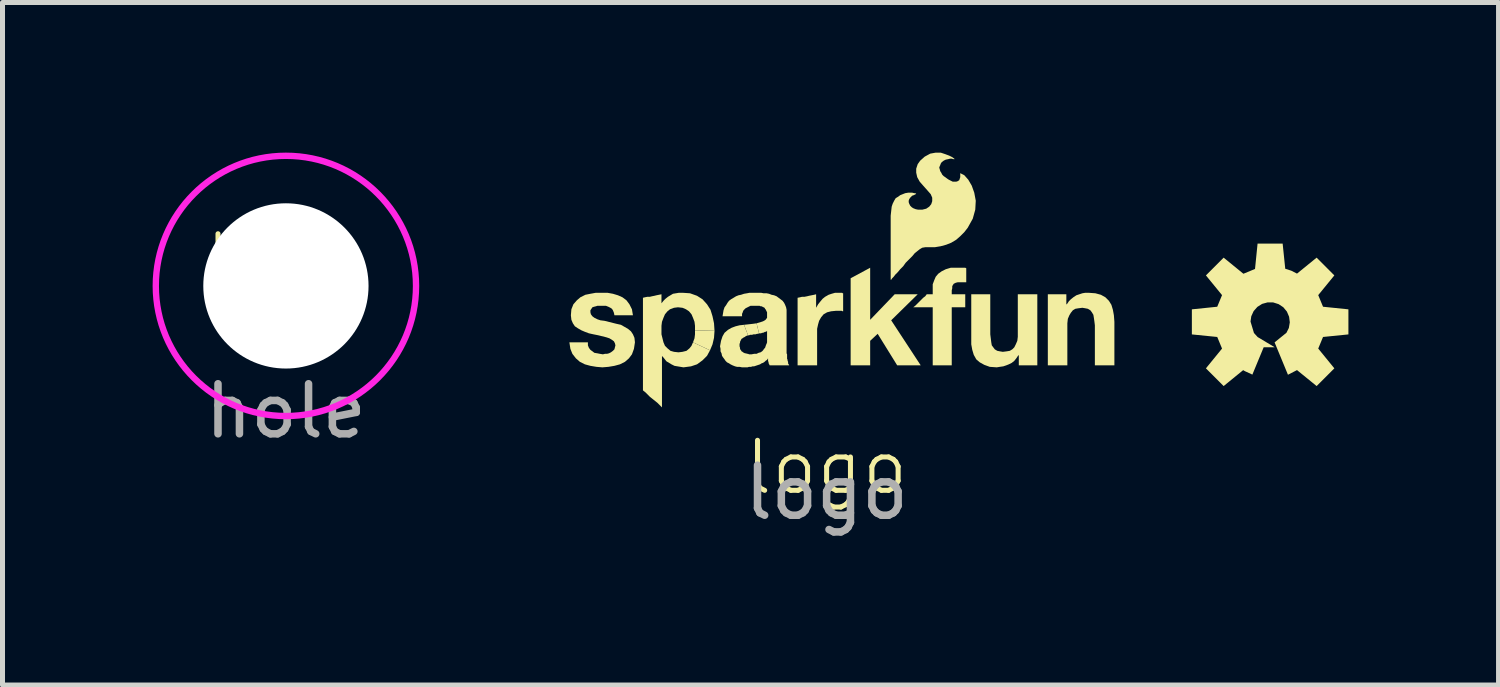
<source format=kicad_pcb>
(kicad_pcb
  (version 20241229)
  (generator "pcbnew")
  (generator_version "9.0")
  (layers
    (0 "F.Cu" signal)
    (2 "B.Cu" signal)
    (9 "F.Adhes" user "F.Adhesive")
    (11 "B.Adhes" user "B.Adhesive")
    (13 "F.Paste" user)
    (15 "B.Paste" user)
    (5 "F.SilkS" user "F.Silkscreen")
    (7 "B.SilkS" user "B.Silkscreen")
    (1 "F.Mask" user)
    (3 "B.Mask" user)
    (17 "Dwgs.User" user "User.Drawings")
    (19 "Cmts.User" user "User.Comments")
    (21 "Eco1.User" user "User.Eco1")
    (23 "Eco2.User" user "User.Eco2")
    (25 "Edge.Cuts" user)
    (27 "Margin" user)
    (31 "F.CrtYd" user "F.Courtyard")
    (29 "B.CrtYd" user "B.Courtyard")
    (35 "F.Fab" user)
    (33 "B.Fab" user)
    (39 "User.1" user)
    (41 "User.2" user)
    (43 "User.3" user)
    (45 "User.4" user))
  (footprint "hole"
    (layer "F.Cu")
    (at 2.663 2.663)
    (property "Reference" "hole" (at 0 -0.5 0) (unlocked yes) (layer "F.SilkS") (effects (font (size 1 1) (thickness 0.1))))
    (attr smd)
    (fp_circle (center 0 0) (end 2.6 0) (stroke (width 0.127) (type default)) (fill no) (layer "F.CrtYd"))
    (fp_text user "${REFERENCE}" (at 0 2.5 0) (unlocked yes) (layer "F.Fab") (effects (font (size 1 1) (thickness 0.15))))
    (pad "" np_thru_hole circle (at 0 0 90) (size 3.302 3.302) (drill 3.302) (layers "*.Cu" "*.Mask")))
  (footprint "logo"
    (layer "F.Cu")
    (at 13.467 4.29)
    (property "Reference" "logo" (at 0 2 0) (unlocked yes) (layer "F.SilkS") (effects (font (size 1 1) (thickness 0.1))))
    (attr smd)
    (fp_poly (pts (xy -2.24 -0.73) (xy -2.25 -0.59) (xy -2.28 -0.46) (xy -2.33 -0.34) (xy -2.67 -0.5) (xy -2.64 -0.58) (xy -2.63 -0.66) (xy -2.63 -0.74)) (stroke (width 0) (type default)) (fill yes) (layer "F.SilkS"))
    (fp_poly (pts (xy -1.35 -0.68) (xy -1.37 -0.67) (xy -1.39 -0.67) (xy -1.42 -0.66) (xy -1.46 -0.66) (xy -1.49 -0.65) (xy -1.53 -0.65) (xy -1.55 -0.64) (xy -1.57 -0.64) (xy -1.65 -0.85) (xy -1.47 -0.87) (xy -1.4 -0.88)) (stroke (width 0) (type default)) (fill yes) (layer "F.SilkS"))
    (fp_poly (pts (xy 0.87 -0.95) (xy 1.36 -1.46) (xy 1.82 -1.46) (xy 1.29 -0.94) (xy 1.88 -0.04) (xy 1.41 -0.04) (xy 1.02 -0.67) (xy 0.87 -0.53) (xy 0.87 -0.04) (xy 0.48 -0.04) (xy 0.48 -1.78) (xy 0.87 -1.99)) (stroke (width 0) (type default)) (fill yes) (layer "F.SilkS"))
    (fp_poly (pts (xy 2.79 -1.98) (xy 2.79 -1.7) (xy 2.62 -1.7) (xy 2.58 -1.69) (xy 2.54 -1.67) (xy 2.52 -1.64) (xy 2.51 -1.62) (xy 2.51 -1.58) (xy 2.5 -1.54) (xy 2.5 -1.46) (xy 2.77 -1.46) (xy 2.77 -1.2) (xy 2.5 -1.2) (xy 2.5 -0.04) (xy 2.12 -0.04) (xy 2.12 -1.2) (xy 1.73 -1.2) (xy 1.77 -1.23) (xy 1.93 -1.39) (xy 1.97 -1.42) (xy 2 -1.46) (xy 2.12 -1.46) (xy 2.12 -1.66) (xy 2.15 -1.74) (xy 2.18 -1.81) (xy 2.23 -1.87) (xy 2.3 -1.92) (xy 2.38 -1.96) (xy 2.48 -1.99) (xy 2.77 -1.99)) (stroke (width 0) (type default)) (fill yes) (layer "F.SilkS"))
    (fp_poly (pts (xy 0.32 -1.48) (xy 0.33 -1.48) (xy 0.33 -1.12) (xy 0.32 -1.12) (xy 0.3 -1.13) (xy 0.19 -1.13) (xy 0.09 -1.12) (xy 0.01 -1.1) (xy -0.06 -1.06) (xy -0.11 -1) (xy -0.15 -0.93) (xy -0.17 -0.86) (xy -0.19 -0.77) (xy -0.19 -0.04) (xy -0.58 -0.04) (xy -0.58 -1.39) (xy -0.53 -1.4) (xy -0.49 -1.41) (xy -0.44 -1.41) (xy -0.39 -1.42) (xy -0.35 -1.43) (xy -0.25 -1.45) (xy -0.21 -1.46) (xy -0.21 -1.19) (xy -0.17 -1.26) (xy -0.13 -1.31) (xy -0.08 -1.37) (xy -0.03 -1.41) (xy 0.04 -1.45) (xy 0.1 -1.47) (xy 0.17 -1.49) (xy 0.31 -1.49)) (stroke (width 0) (type default)) (fill yes) (layer "F.SilkS"))
    (fp_poly (pts (xy 3.27 -0.66) (xy 3.29 -0.5) (xy 3.3 -0.44) (xy 3.36 -0.36) (xy 3.41 -0.33) (xy 3.46 -0.32) (xy 3.52 -0.31) (xy 3.6 -0.32) (xy 3.66 -0.33) (xy 3.71 -0.36) (xy 3.75 -0.4) (xy 3.78 -0.46) (xy 3.81 -0.53) (xy 3.82 -0.61) (xy 3.82 -1.46) (xy 4.21 -1.46) (xy 4.21 -0.04) (xy 3.84 -0.04) (xy 3.84 -0.24) (xy 3.83 -0.24) (xy 3.79 -0.18) (xy 3.75 -0.13) (xy 3.7 -0.09) (xy 3.64 -0.06) (xy 3.59 -0.04) (xy 3.53 -0.02) (xy 3.46 -0.01) (xy 3.4 0) (xy 3.26 -0.01) (xy 3.15 -0.05) (xy 3.06 -0.1) (xy 2.99 -0.16) (xy 2.94 -0.25) (xy 2.91 -0.35) (xy 2.89 -0.46) (xy 2.89 -1.46) (xy 3.27 -1.46)) (stroke (width 0) (type default)) (fill yes) (layer "F.SilkS"))
    (fp_poly (pts (xy 5.37 -1.48) (xy 5.48 -1.45) (xy 5.57 -1.4) (xy 5.64 -1.33) (xy 5.69 -1.25) (xy 5.72 -1.15) (xy 5.74 -1.04) (xy 5.75 -0.91) (xy 5.75 -0.04) (xy 5.36 -0.04) (xy 5.36 -0.84) (xy 5.35 -0.92) (xy 5.34 -0.99) (xy 5.33 -1.05) (xy 5.3 -1.1) (xy 5.27 -1.14) (xy 5.22 -1.17) (xy 5.17 -1.18) (xy 5.11 -1.19) (xy 5.03 -1.18) (xy 4.97 -1.17) (xy 4.92 -1.14) (xy 4.88 -1.09) (xy 4.85 -1.04) (xy 4.82 -0.97) (xy 4.81 -0.88) (xy 4.81 -0.04) (xy 4.42 -0.04) (xy 4.42 -1.46) (xy 4.79 -1.46) (xy 4.79 -1.26) (xy 4.8 -1.26) (xy 4.84 -1.32) (xy 4.88 -1.36) (xy 4.93 -1.4) (xy 4.99 -1.44) (xy 5.11 -1.48) (xy 5.17 -1.49) (xy 5.23 -1.49)) (stroke (width 0) (type default)) (fill yes) (layer "F.SilkS"))
    (fp_poly (pts (xy 9.164 -1.97) (xy 9.285 -1.931) (xy 9.399 -1.873) (xy 9.791 -2.192) (xy 10.145 -1.837) (xy 9.823 -1.443) (xy 9.919 -1.211) (xy 10.426 -1.159) (xy 10.426 -0.658) (xy 9.919 -0.607) (xy 9.823 -0.375) (xy 10.145 0.02) (xy 9.791 0.374) (xy 9.399 0.055) (xy 9.218 0.148) (xy 8.951 -0.499) (xy 9.188 -0.691) (xy 9.236 -0.787) (xy 9.255 -0.899) (xy 9.241 -1.011) (xy 9.197 -1.114) (xy 9.125 -1.201) (xy 9.031 -1.263) (xy 8.923 -1.297) (xy 8.811 -1.298) (xy 8.702 -1.268) (xy 8.607 -1.208) (xy 8.532 -1.123) (xy 8.485 -1.02) (xy 8.47 -0.915) (xy 8.539 -0.686) (xy 8.613 -0.605) (xy 8.954 -0.401) (xy 8.733 -0.401) (xy 8.507 0.145) (xy 8.355 0.075) (xy 8.323 0.056) (xy 7.933 0.374) (xy 7.579 0.02) (xy 7.901 -0.375) (xy 7.805 -0.607) (xy 7.298 -0.658) (xy 7.298 -1.159) (xy 7.805 -1.211) (xy 7.901 -1.443) (xy 7.579 -1.837) (xy 7.933 -2.192) (xy 8.328 -1.87) (xy 8.56 -1.966) (xy 8.611 -2.473) (xy 9.112 -2.473)) (stroke (width 0) (type default)) (fill yes) (layer "F.SilkS"))
    (fp_poly (pts (xy -2.73 -1.48) (xy -2.59 -1.43) (xy -2.48 -1.36) (xy -2.39 -1.26) (xy -2.32 -1.15) (xy -2.28 -1.02) (xy -2.25 -0.88) (xy -2.24 -0.73) (xy -2.63 -0.74) (xy -2.63 -0.83) (xy -2.64 -0.91) (xy -2.67 -0.99) (xy -2.7 -1.06) (xy -2.75 -1.12) (xy -2.81 -1.16) (xy -2.88 -1.19) (xy -2.97 -1.2) (xy -3.05 -1.19) (xy -3.13 -1.16) (xy -3.18 -1.12) (xy -3.23 -1.06) (xy -3.26 -0.99) (xy -3.29 -0.91) (xy -3.3 -0.83) (xy -3.3 -0.66) (xy -3.26 -0.5) (xy -3.23 -0.43) (xy -3.18 -0.38) (xy -3.12 -0.33) (xy -3.05 -0.31) (xy -2.96 -0.3) (xy -2.88 -0.31) (xy -2.8 -0.33) (xy -2.74 -0.38) (xy -2.7 -0.43) (xy -2.67 -0.5) (xy -2.33 -0.34) (xy -2.39 -0.23) (xy -2.48 -0.14) (xy -2.59 -0.06) (xy -2.71 -0.02) (xy -2.86 0) (xy -3.04 -0.03) (xy -3.1 -0.06) (xy -3.2 -0.12) (xy -3.28 -0.22) (xy -3.29 -0.22) (xy -3.29 0.8) (xy -3.38 0.71) (xy -3.53 0.59) (xy -3.62 0.5) (xy -3.67 0.46) (xy -3.67 -1.39) (xy -3.63 -1.4) (xy -3.58 -1.41) (xy -3.53 -1.41) (xy -3.49 -1.42) (xy -3.44 -1.43) (xy -3.4 -1.44) (xy -3.3 -1.46) (xy -3.3 -1.28) (xy -3.26 -1.33) (xy -3.22 -1.37) (xy -3.17 -1.41) (xy -3.07 -1.47) (xy -2.95 -1.49) (xy -2.88 -1.49)) (stroke (width 0) (type default)) (fill yes) (layer "F.SilkS"))
    (fp_poly (pts (xy -4.27 -1.47) (xy -4.17 -1.44) (xy -4.08 -1.4) (xy -4 -1.34) (xy -3.94 -1.26) (xy -3.89 -1.16) (xy -3.87 -1.04) (xy -4.24 -1.04) (xy -4.25 -1.09) (xy -4.27 -1.14) (xy -4.29 -1.17) (xy -4.32 -1.19) (xy -4.36 -1.21) (xy -4.41 -1.23) (xy -4.58 -1.23) (xy -4.61 -1.22) (xy -4.65 -1.21) (xy -4.68 -1.2) (xy -4.72 -1.14) (xy -4.72 -1.1) (xy -4.71 -1.06) (xy -4.68 -1.02) (xy -4.64 -0.99) (xy -4.58 -0.96) (xy -4.52 -0.94) (xy -4.44 -0.93) (xy -4.2 -0.87) (xy -4.11 -0.85) (xy -3.97 -0.77) (xy -3.91 -0.72) (xy -3.87 -0.66) (xy -3.84 -0.59) (xy -3.83 -0.5) (xy -3.85 -0.37) (xy -3.89 -0.26) (xy -3.95 -0.18) (xy -4.03 -0.11) (xy -4.13 -0.06) (xy -4.24 -0.03) (xy -4.36 -0.01) (xy -4.48 0) (xy -4.6 -0.01) (xy -4.72 -0.03) (xy -4.83 -0.06) (xy -4.93 -0.11) (xy -5.01 -0.18) (xy -5.08 -0.27) (xy -5.12 -0.37) (xy -5.14 -0.5) (xy -4.77 -0.5) (xy -4.77 -0.44) (xy -4.75 -0.39) (xy -4.72 -0.35) (xy -4.64 -0.29) (xy -4.58 -0.28) (xy -4.53 -0.27) (xy -4.47 -0.26) (xy -4.43 -0.27) (xy -4.39 -0.27) (xy -4.35 -0.28) (xy -4.31 -0.3) (xy -4.27 -0.33) (xy -4.24 -0.36) (xy -4.22 -0.44) (xy -4.23 -0.48) (xy -4.25 -0.52) (xy -4.29 -0.55) (xy -4.34 -0.58) (xy -4.4 -0.6) (xy -4.56 -0.64) (xy -4.66 -0.66) (xy -4.75 -0.68) (xy -4.83 -0.71) (xy -4.9 -0.74) (xy -4.97 -0.78) (xy -5.03 -0.82) (xy -5.07 -0.88) (xy -5.1 -0.95) (xy -5.11 -1.04) (xy -5.1 -1.16) (xy -5.06 -1.26) (xy -4.99 -1.34) (xy -4.92 -1.4) (xy -4.82 -1.45) (xy -4.72 -1.47) (xy -4.61 -1.49) (xy -4.38 -1.49)) (stroke (width 0) (type default)) (fill yes) (layer "F.SilkS"))
    (fp_poly (pts (xy 2.37 -4.26) (xy 2.45 -4.23) (xy 2.51 -4.2) (xy 2.55 -4.17) (xy 2.56 -4.16) (xy 2.53 -4.16) (xy 2.5 -4.17) (xy 2.47 -4.17) (xy 2.43 -4.16) (xy 2.38 -4.15) (xy 2.34 -4.13) (xy 2.3 -4.1) (xy 2.28 -4.07) (xy 2.27 -4.04) (xy 2.26 -4.02) (xy 2.25 -3.99) (xy 2.26 -3.96) (xy 2.27 -3.92) (xy 2.29 -3.89) (xy 2.31 -3.85) (xy 2.34 -3.82) (xy 2.37 -3.8) (xy 2.41 -3.77) (xy 2.44 -3.75) (xy 2.52 -3.71) (xy 2.59 -3.71) (xy 2.62 -3.72) (xy 2.65 -3.74) (xy 2.67 -3.8) (xy 2.67 -3.88) (xy 2.75 -3.84) (xy 2.83 -3.75) (xy 2.9 -3.63) (xy 2.95 -3.49) (xy 2.98 -3.33) (xy 2.97 -3.15) (xy 2.92 -2.97) (xy 2.82 -2.79) (xy 2.75 -2.7) (xy 2.67 -2.62) (xy 2.59 -2.55) (xy 2.49 -2.49) (xy 2.39 -2.45) (xy 2.28 -2.42) (xy 2.16 -2.4) (xy 1.97 -2.4) (xy 1.91 -2.39) (xy 1.86 -2.36) (xy 1.76 -2.28) (xy 1.71 -2.22) (xy 1.58 -2.09) (xy 1.53 -2.02) (xy 1.47 -1.96) (xy 1.42 -1.9) (xy 1.37 -1.85) (xy 1.34 -1.81) (xy 1.31 -1.78) (xy 1.29 -1.75) (xy 1.28 -1.75) (xy 1.28 -3.03) (xy 1.3 -3.21) (xy 1.32 -3.27) (xy 1.35 -3.33) (xy 1.38 -3.38) (xy 1.43 -3.41) (xy 1.47 -3.44) (xy 1.57 -3.48) (xy 1.63 -3.49) (xy 1.71 -3.49) (xy 1.75 -3.48) (xy 1.77 -3.48) (xy 1.79 -3.47) (xy 1.78 -3.46) (xy 1.74 -3.44) (xy 1.71 -3.43) (xy 1.67 -3.39) (xy 1.65 -3.36) (xy 1.64 -3.33) (xy 1.64 -3.3) (xy 1.65 -3.27) (xy 1.67 -3.23) (xy 1.7 -3.2) (xy 1.73 -3.18) (xy 1.78 -3.16) (xy 1.83 -3.15) (xy 1.91 -3.15) (xy 1.99 -3.17) (xy 2.05 -3.21) (xy 2.09 -3.26) (xy 2.11 -3.32) (xy 2.11 -3.39) (xy 2.08 -3.46) (xy 2.01 -3.54) (xy 1.93 -3.63) (xy 1.86 -3.71) (xy 1.81 -3.8) (xy 1.79 -3.89) (xy 1.79 -3.97) (xy 1.82 -4.06) (xy 1.87 -4.13) (xy 1.96 -4.21) (xy 2.07 -4.27) (xy 2.18 -4.29) (xy 2.28 -4.29)) (stroke (width 0) (type default)) (fill yes) (layer "F.SilkS"))
    (fp_poly (pts (xy -1.26 -1.48) (xy -1.2 -1.48) (xy -1.15 -1.47) (xy -1.1 -1.45) (xy -1.05 -1.44) (xy -1 -1.42) (xy -0.88 -1.33) (xy -0.85 -1.29) (xy -0.83 -1.25) (xy -0.81 -1.2) (xy -0.8 -1.15) (xy -0.8 -0.28) (xy -0.79 -0.26) (xy -0.79 -0.17) (xy -0.78 -0.15) (xy -0.78 -0.13) (xy -0.77 -0.11) (xy -0.77 -0.08) (xy -0.76 -0.06) (xy -0.75 -0.05) (xy -0.75 -0.04) (xy -1.14 -0.04) (xy -1.14 -0.05) (xy -1.15 -0.06) (xy -1.15 -0.07) (xy -1.16 -0.08) (xy -1.16 -0.11) (xy -1.17 -0.12) (xy -1.17 -0.18) (xy -1.19 -0.15) (xy -1.22 -0.13) (xy -1.24 -0.11) (xy -1.27 -0.09) (xy -1.3 -0.08) (xy -1.33 -0.06) (xy -1.45 -0.02) (xy -1.48 -0.02) (xy -1.51 -0.01) (xy -1.55 -0.01) (xy -1.58 0) (xy -1.69 0) (xy -1.74 -0.01) (xy -1.79 -0.01) (xy -1.83 -0.02) (xy -1.88 -0.04) (xy -1.92 -0.06) (xy -1.95 -0.08) (xy -1.99 -0.1) (xy -2.02 -0.13) (xy -2.04 -0.16) (xy -2.07 -0.2) (xy -2.09 -0.23) (xy -2.1 -0.28) (xy -2.12 -0.32) (xy -2.12 -0.37) (xy -2.13 -0.42) (xy -2.11 -0.53) (xy -2.08 -0.62) (xy -2.04 -0.69) (xy -1.97 -0.75) (xy -1.9 -0.79) (xy -1.82 -0.82) (xy -1.74 -0.84) (xy -1.65 -0.85) (xy -1.57 -0.64) (xy -1.6 -0.63) (xy -1.62 -0.62) (xy -1.63 -0.61) (xy -1.67 -0.59) (xy -1.68 -0.58) (xy -1.7 -0.57) (xy -1.73 -0.51) (xy -1.73 -0.49) (xy -1.74 -0.47) (xy -1.74 -0.42) (xy -1.73 -0.39) (xy -1.73 -0.37) (xy -1.72 -0.35) (xy -1.71 -0.34) (xy -1.7 -0.32) (xy -1.68 -0.31) (xy -1.67 -0.3) (xy -1.63 -0.28) (xy -1.61 -0.28) (xy -1.59 -0.27) (xy -1.57 -0.27) (xy -1.55 -0.26) (xy -1.5 -0.26) (xy -1.45 -0.27) (xy -1.4 -0.27) (xy -1.36 -0.29) (xy -1.32 -0.3) (xy -1.29 -0.32) (xy -1.27 -0.34) (xy -1.25 -0.37) (xy -1.23 -0.39) (xy -1.21 -0.45) (xy -1.2 -0.47) (xy -1.19 -0.5) (xy -1.19 -0.73) (xy -1.21 -0.71) (xy -1.23 -0.71) (xy -1.27 -0.69) (xy -1.29 -0.69) (xy -1.31 -0.68) (xy -1.35 -0.68) (xy -1.4 -0.88) (xy -1.33 -0.9) (xy -1.27 -0.92) (xy -1.22 -0.95) (xy -1.19 -0.99) (xy -1.19 -1.1) (xy -1.22 -1.16) (xy -1.23 -1.17) (xy -1.24 -1.19) (xy -1.3 -1.22) (xy -1.32 -1.22) (xy -1.34 -1.23) (xy -1.52 -1.23) (xy -1.62 -1.18) (xy -1.66 -1.14) (xy -1.67 -1.12) (xy -1.68 -1.09) (xy -1.69 -1.07) (xy -1.69 -1.02) (xy -2.08 -1.02) (xy -2.06 -1.14) (xy -2.04 -1.2) (xy -2.01 -1.24) (xy -1.98 -1.29) (xy -1.95 -1.33) (xy -1.91 -1.36) (xy -1.81 -1.42) (xy -1.76 -1.44) (xy -1.71 -1.45) (xy -1.65 -1.47) (xy -1.59 -1.48) (xy -1.54 -1.49) (xy -1.31 -1.49)) (stroke (width 0) (type default)) (fill yes) (layer "F.SilkS"))
    (fp_text user "${REFERENCE}" (at 0 2.5 0) (unlocked yes) (layer "F.Fab") (effects (font (size 1 1) (thickness 0.15)))))
  (gr_rect
    (start -3 -3)
    (end 26.893 10.638)
    (stroke (width 0.1) (type default))
    (fill no)
    (layer "Edge.Cuts")))
</source>
